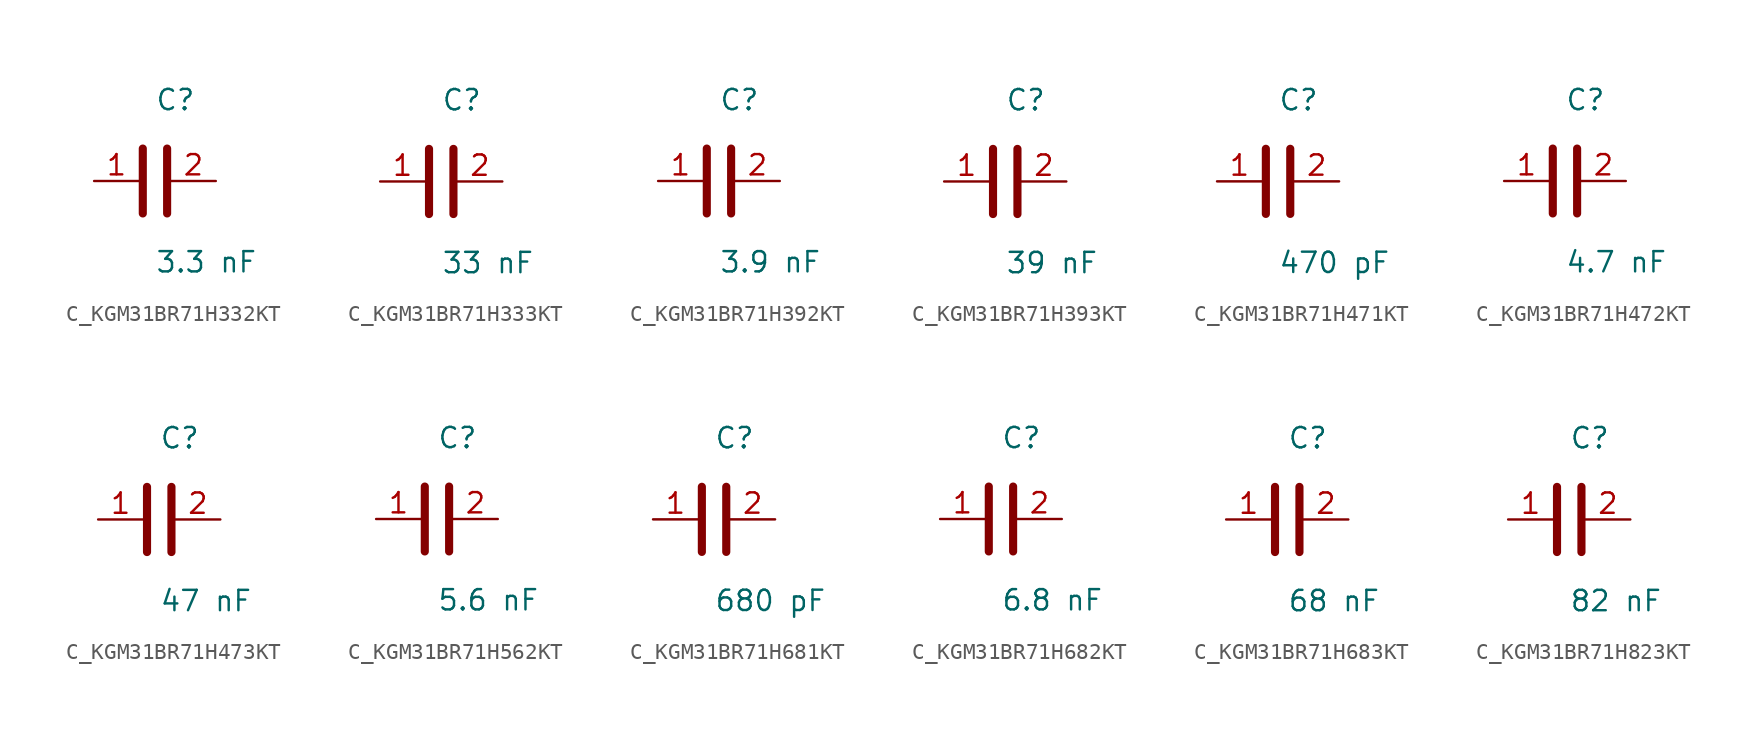
<source format=kicad_sym>
(kicad_symbol_lib
  (version 20231120)
  (generator kicad_symbol_editor)
  (generator_version 8.0)
  (symbol "C_KGM31BR71H332KT"
    (pin_names
      (offset 0.254))
    (property "Reference" "C"
      (at 0.0 5.08 0)
      (effects (font (size 1.27 1.27)) (justify left)))
    (property "Value" "3.3 nF"
      (at 0.0 -5.08 0)
      (effects (font (size 1.27 1.27)) (justify left)))
    (symbol "C_KGM31BR71H332KT_0_1"
      (polyline (pts (xy -0.762 -2.032) (xy -0.762 2.032)) (stroke (width 0.508) (type default)) (fill (type none)))
      (polyline (pts (xy 0.762 -2.032) (xy 0.762 2.032)) (stroke (width 0.508) (type default)) (fill (type none))))
    (pin unspecified line
      (at -3.81 0 0)
      (length 2.8)
      (name "" (effects (font (size 1.27 1.27))))
      (number "1" (effects (font (size 1.27 1.27)))))
    (pin unspecified line
      (at 3.81 0 180)
      (length 2.8)
      (name "" (effects (font (size 1.27 1.27))))
      (number "2" (effects (font (size 1.27 1.27))))))
  (symbol "C_KGM31BR71H333KT"
    (pin_names
      (offset 0.254))
    (property "Reference" "C"
      (at 0.0 5.08 0)
      (effects (font (size 1.27 1.27)) (justify left)))
    (property "Value" "33 nF"
      (at 0.0 -5.08 0)
      (effects (font (size 1.27 1.27)) (justify left)))
    (symbol "C_KGM31BR71H333KT_0_1"
      (polyline (pts (xy -0.762 -2.032) (xy -0.762 2.032)) (stroke (width 0.508) (type default)) (fill (type none)))
      (polyline (pts (xy 0.762 -2.032) (xy 0.762 2.032)) (stroke (width 0.508) (type default)) (fill (type none))))
    (pin unspecified line
      (at -3.81 0 0)
      (length 2.8)
      (name "" (effects (font (size 1.27 1.27))))
      (number "1" (effects (font (size 1.27 1.27)))))
    (pin unspecified line
      (at 3.81 0 180)
      (length 2.8)
      (name "" (effects (font (size 1.27 1.27))))
      (number "2" (effects (font (size 1.27 1.27))))))
  (symbol "C_KGM31BR71H392KT"
    (pin_names
      (offset 0.254))
    (property "Reference" "C"
      (at 0.0 5.08 0)
      (effects (font (size 1.27 1.27)) (justify left)))
    (property "Value" "3.9 nF"
      (at 0.0 -5.08 0)
      (effects (font (size 1.27 1.27)) (justify left)))
    (symbol "C_KGM31BR71H392KT_0_1"
      (polyline (pts (xy -0.762 -2.032) (xy -0.762 2.032)) (stroke (width 0.508) (type default)) (fill (type none)))
      (polyline (pts (xy 0.762 -2.032) (xy 0.762 2.032)) (stroke (width 0.508) (type default)) (fill (type none))))
    (pin unspecified line
      (at -3.81 0 0)
      (length 2.8)
      (name "" (effects (font (size 1.27 1.27))))
      (number "1" (effects (font (size 1.27 1.27)))))
    (pin unspecified line
      (at 3.81 0 180)
      (length 2.8)
      (name "" (effects (font (size 1.27 1.27))))
      (number "2" (effects (font (size 1.27 1.27))))))
  (symbol "C_KGM31BR71H393KT"
    (pin_names
      (offset 0.254))
    (property "Reference" "C"
      (at 0.0 5.08 0)
      (effects (font (size 1.27 1.27)) (justify left)))
    (property "Value" "39 nF"
      (at 0.0 -5.08 0)
      (effects (font (size 1.27 1.27)) (justify left)))
    (symbol "C_KGM31BR71H393KT_0_1"
      (polyline (pts (xy -0.762 -2.032) (xy -0.762 2.032)) (stroke (width 0.508) (type default)) (fill (type none)))
      (polyline (pts (xy 0.762 -2.032) (xy 0.762 2.032)) (stroke (width 0.508) (type default)) (fill (type none))))
    (pin unspecified line
      (at -3.81 0 0)
      (length 2.8)
      (name "" (effects (font (size 1.27 1.27))))
      (number "1" (effects (font (size 1.27 1.27)))))
    (pin unspecified line
      (at 3.81 0 180)
      (length 2.8)
      (name "" (effects (font (size 1.27 1.27))))
      (number "2" (effects (font (size 1.27 1.27))))))
  (symbol "C_KGM31BR71H471KT"
    (pin_names
      (offset 0.254))
    (property "Reference" "C"
      (at 0.0 5.08 0)
      (effects (font (size 1.27 1.27)) (justify left)))
    (property "Value" "470 pF"
      (at 0.0 -5.08 0)
      (effects (font (size 1.27 1.27)) (justify left)))
    (symbol "C_KGM31BR71H471KT_0_1"
      (polyline (pts (xy -0.762 -2.032) (xy -0.762 2.032)) (stroke (width 0.508) (type default)) (fill (type none)))
      (polyline (pts (xy 0.762 -2.032) (xy 0.762 2.032)) (stroke (width 0.508) (type default)) (fill (type none))))
    (pin unspecified line
      (at -3.81 0 0)
      (length 2.8)
      (name "" (effects (font (size 1.27 1.27))))
      (number "1" (effects (font (size 1.27 1.27)))))
    (pin unspecified line
      (at 3.81 0 180)
      (length 2.8)
      (name "" (effects (font (size 1.27 1.27))))
      (number "2" (effects (font (size 1.27 1.27))))))
  (symbol "C_KGM31BR71H472KT"
    (pin_names
      (offset 0.254))
    (property "Reference" "C"
      (at 0.0 5.08 0)
      (effects (font (size 1.27 1.27)) (justify left)))
    (property "Value" "4.7 nF"
      (at 0.0 -5.08 0)
      (effects (font (size 1.27 1.27)) (justify left)))
    (symbol "C_KGM31BR71H472KT_0_1"
      (polyline (pts (xy -0.762 -2.032) (xy -0.762 2.032)) (stroke (width 0.508) (type default)) (fill (type none)))
      (polyline (pts (xy 0.762 -2.032) (xy 0.762 2.032)) (stroke (width 0.508) (type default)) (fill (type none))))
    (pin unspecified line
      (at -3.81 0 0)
      (length 2.8)
      (name "" (effects (font (size 1.27 1.27))))
      (number "1" (effects (font (size 1.27 1.27)))))
    (pin unspecified line
      (at 3.81 0 180)
      (length 2.8)
      (name "" (effects (font (size 1.27 1.27))))
      (number "2" (effects (font (size 1.27 1.27))))))
  (symbol "C_KGM31BR71H473KT"
    (pin_names
      (offset 0.254))
    (property "Reference" "C"
      (at 0.0 5.08 0)
      (effects (font (size 1.27 1.27)) (justify left)))
    (property "Value" "47 nF"
      (at 0.0 -5.08 0)
      (effects (font (size 1.27 1.27)) (justify left)))
    (symbol "C_KGM31BR71H473KT_0_1"
      (polyline (pts (xy -0.762 -2.032) (xy -0.762 2.032)) (stroke (width 0.508) (type default)) (fill (type none)))
      (polyline (pts (xy 0.762 -2.032) (xy 0.762 2.032)) (stroke (width 0.508) (type default)) (fill (type none))))
    (pin unspecified line
      (at -3.81 0 0)
      (length 2.8)
      (name "" (effects (font (size 1.27 1.27))))
      (number "1" (effects (font (size 1.27 1.27)))))
    (pin unspecified line
      (at 3.81 0 180)
      (length 2.8)
      (name "" (effects (font (size 1.27 1.27))))
      (number "2" (effects (font (size 1.27 1.27))))))
  (symbol "C_KGM31BR71H562KT"
    (pin_names
      (offset 0.254))
    (property "Reference" "C"
      (at 0.0 5.08 0)
      (effects (font (size 1.27 1.27)) (justify left)))
    (property "Value" "5.6 nF"
      (at 0.0 -5.08 0)
      (effects (font (size 1.27 1.27)) (justify left)))
    (symbol "C_KGM31BR71H562KT_0_1"
      (polyline (pts (xy -0.762 -2.032) (xy -0.762 2.032)) (stroke (width 0.508) (type default)) (fill (type none)))
      (polyline (pts (xy 0.762 -2.032) (xy 0.762 2.032)) (stroke (width 0.508) (type default)) (fill (type none))))
    (pin unspecified line
      (at -3.81 0 0)
      (length 2.8)
      (name "" (effects (font (size 1.27 1.27))))
      (number "1" (effects (font (size 1.27 1.27)))))
    (pin unspecified line
      (at 3.81 0 180)
      (length 2.8)
      (name "" (effects (font (size 1.27 1.27))))
      (number "2" (effects (font (size 1.27 1.27))))))
  (symbol "C_KGM31BR71H681KT"
    (pin_names
      (offset 0.254))
    (property "Reference" "C"
      (at 0.0 5.08 0)
      (effects (font (size 1.27 1.27)) (justify left)))
    (property "Value" "680 pF"
      (at 0.0 -5.08 0)
      (effects (font (size 1.27 1.27)) (justify left)))
    (symbol "C_KGM31BR71H681KT_0_1"
      (polyline (pts (xy -0.762 -2.032) (xy -0.762 2.032)) (stroke (width 0.508) (type default)) (fill (type none)))
      (polyline (pts (xy 0.762 -2.032) (xy 0.762 2.032)) (stroke (width 0.508) (type default)) (fill (type none))))
    (pin unspecified line
      (at -3.81 0 0)
      (length 2.8)
      (name "" (effects (font (size 1.27 1.27))))
      (number "1" (effects (font (size 1.27 1.27)))))
    (pin unspecified line
      (at 3.81 0 180)
      (length 2.8)
      (name "" (effects (font (size 1.27 1.27))))
      (number "2" (effects (font (size 1.27 1.27))))))
  (symbol "C_KGM31BR71H682KT"
    (pin_names
      (offset 0.254))
    (property "Reference" "C"
      (at 0.0 5.08 0)
      (effects (font (size 1.27 1.27)) (justify left)))
    (property "Value" "6.8 nF"
      (at 0.0 -5.08 0)
      (effects (font (size 1.27 1.27)) (justify left)))
    (symbol "C_KGM31BR71H682KT_0_1"
      (polyline (pts (xy -0.762 -2.032) (xy -0.762 2.032)) (stroke (width 0.508) (type default)) (fill (type none)))
      (polyline (pts (xy 0.762 -2.032) (xy 0.762 2.032)) (stroke (width 0.508) (type default)) (fill (type none))))
    (pin unspecified line
      (at -3.81 0 0)
      (length 2.8)
      (name "" (effects (font (size 1.27 1.27))))
      (number "1" (effects (font (size 1.27 1.27)))))
    (pin unspecified line
      (at 3.81 0 180)
      (length 2.8)
      (name "" (effects (font (size 1.27 1.27))))
      (number "2" (effects (font (size 1.27 1.27))))))
  (symbol "C_KGM31BR71H683KT"
    (pin_names
      (offset 0.254))
    (property "Reference" "C"
      (at 0.0 5.08 0)
      (effects (font (size 1.27 1.27)) (justify left)))
    (property "Value" "68 nF"
      (at 0.0 -5.08 0)
      (effects (font (size 1.27 1.27)) (justify left)))
    (symbol "C_KGM31BR71H683KT_0_1"
      (polyline (pts (xy -0.762 -2.032) (xy -0.762 2.032)) (stroke (width 0.508) (type default)) (fill (type none)))
      (polyline (pts (xy 0.762 -2.032) (xy 0.762 2.032)) (stroke (width 0.508) (type default)) (fill (type none))))
    (pin unspecified line
      (at -3.81 0 0)
      (length 2.8)
      (name "" (effects (font (size 1.27 1.27))))
      (number "1" (effects (font (size 1.27 1.27)))))
    (pin unspecified line
      (at 3.81 0 180)
      (length 2.8)
      (name "" (effects (font (size 1.27 1.27))))
      (number "2" (effects (font (size 1.27 1.27))))))
  (symbol "C_KGM31BR71H823KT"
    (pin_names
      (offset 0.254))
    (property "Reference" "C"
      (at 0.0 5.08 0)
      (effects (font (size 1.27 1.27)) (justify left)))
    (property "Value" "82 nF"
      (at 0.0 -5.08 0)
      (effects (font (size 1.27 1.27)) (justify left)))
    (symbol "C_KGM31BR71H823KT_0_1"
      (polyline (pts (xy -0.762 -2.032) (xy -0.762 2.032)) (stroke (width 0.508) (type default)) (fill (type none)))
      (polyline (pts (xy 0.762 -2.032) (xy 0.762 2.032)) (stroke (width 0.508) (type default)) (fill (type none))))
    (pin unspecified line
      (at -3.81 0 0)
      (length 2.8)
      (name "" (effects (font (size 1.27 1.27))))
      (number "1" (effects (font (size 1.27 1.27)))))
    (pin unspecified line
      (at 3.81 0 180)
      (length 2.8)
      (name "" (effects (font (size 1.27 1.27))))
      (number "2" (effects (font (size 1.27 1.27)))))))
</source>
